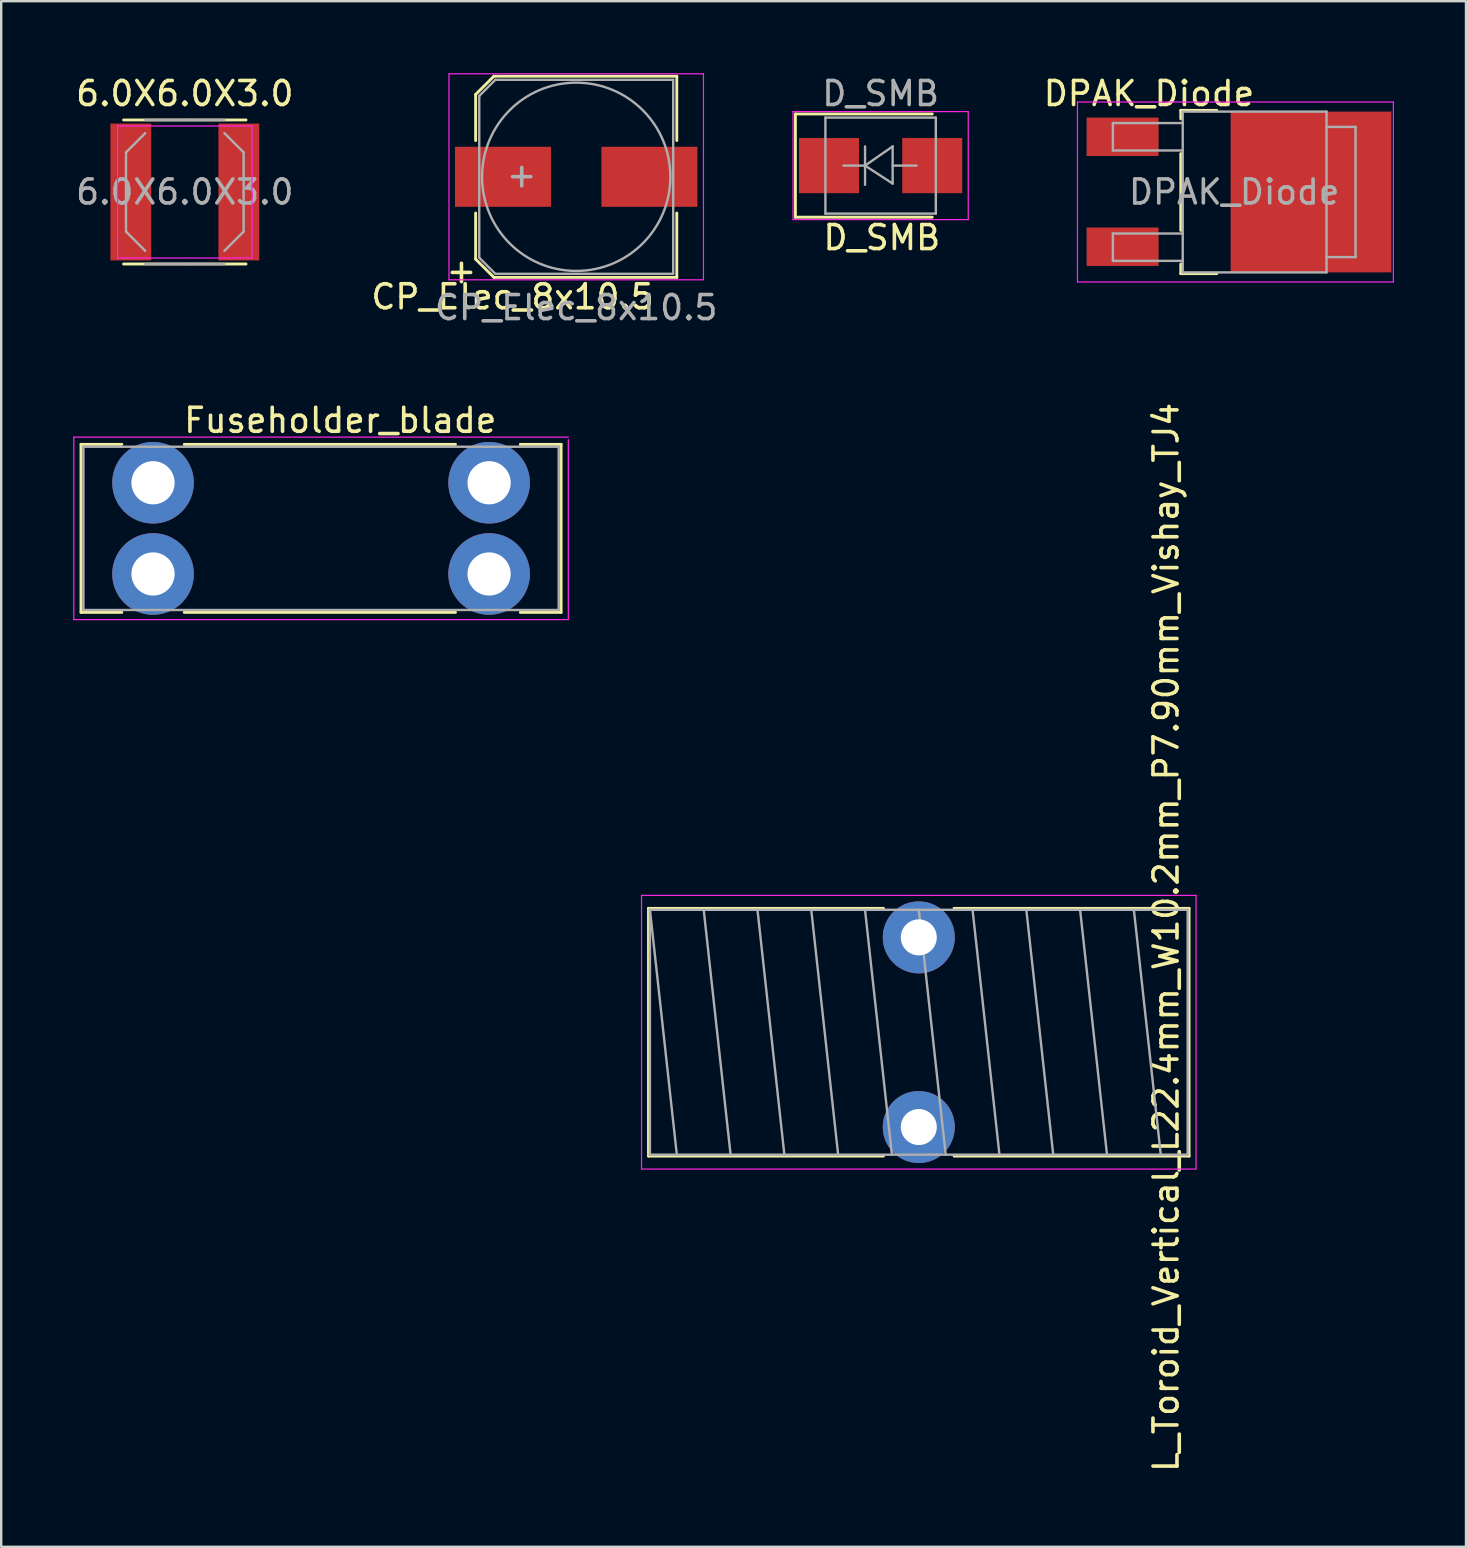
<source format=kicad_pcb>
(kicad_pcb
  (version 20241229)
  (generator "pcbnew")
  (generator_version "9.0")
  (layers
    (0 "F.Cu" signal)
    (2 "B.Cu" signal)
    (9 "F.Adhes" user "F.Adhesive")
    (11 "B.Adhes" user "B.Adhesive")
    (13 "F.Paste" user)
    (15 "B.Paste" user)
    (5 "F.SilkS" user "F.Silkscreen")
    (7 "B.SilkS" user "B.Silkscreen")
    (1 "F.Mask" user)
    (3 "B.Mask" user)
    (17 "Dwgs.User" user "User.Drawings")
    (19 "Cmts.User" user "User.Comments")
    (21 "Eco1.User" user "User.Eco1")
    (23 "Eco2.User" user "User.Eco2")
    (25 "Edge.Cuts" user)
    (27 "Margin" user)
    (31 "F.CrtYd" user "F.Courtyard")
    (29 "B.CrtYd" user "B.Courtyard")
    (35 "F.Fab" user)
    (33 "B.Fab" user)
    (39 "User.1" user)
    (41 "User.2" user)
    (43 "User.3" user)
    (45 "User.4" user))
  (footprint "L_Toroid_Vertical_L22.4mm_W10.2mm_P7.90mm_Vishay_TJ4"
    (layer "F.Cu")
    (at 35.225 36)
    (property "Reference" "L_Toroid_Vertical_L22.4mm_W10.2mm_P7.90mm_Vishay_TJ4" (at 10.3 0 90) (layer "F.SilkS") (effects (font (size 1 1) (thickness 0.15))))
    (attr through_hole)
    (fp_line (start -11.26 -1.21) (end -11.26 9.11) (stroke (width 0.12) (type solid)) (layer "F.SilkS"))
    (fp_line (start -11.26 -1.21) (end -1.47 -1.21) (stroke (width 0.12) (type solid)) (layer "F.SilkS"))
    (fp_line (start -11.26 9.11) (end -1.47 9.11) (stroke (width 0.12) (type solid)) (layer "F.SilkS"))
    (fp_line (start 1.47 -1.21) (end 11.26 -1.21) (stroke (width 0.12) (type solid)) (layer "F.SilkS"))
    (fp_line (start 1.47 9.11) (end 11.26 9.11) (stroke (width 0.12) (type solid)) (layer "F.SilkS"))
    (fp_line (start 11.26 -1.21) (end 11.26 9.11) (stroke (width 0.12) (type solid)) (layer "F.SilkS"))
    (fp_line (start -11.55 -1.75) (end -11.55 9.65) (stroke (width 0.05) (type solid)) (layer "F.CrtYd"))
    (fp_line (start -11.55 9.65) (end 11.55 9.65) (stroke (width 0.05) (type solid)) (layer "F.CrtYd"))
    (fp_line (start 11.55 -1.75) (end -11.55 -1.75) (stroke (width 0.05) (type solid)) (layer "F.CrtYd"))
    (fp_line (start 11.55 9.65) (end 11.55 -1.75) (stroke (width 0.05) (type solid)) (layer "F.CrtYd"))
    (fp_line (start -11.2 -1.15) (end -11.2 9.05) (stroke (width 0.1) (type solid)) (layer "F.Fab"))
    (fp_line (start -11.2 -1.15) (end -10.08 9.05) (stroke (width 0.1) (type solid)) (layer "F.Fab"))
    (fp_line (start -11.2 9.05) (end 11.2 9.05) (stroke (width 0.1) (type solid)) (layer "F.Fab"))
    (fp_line (start -8.96 -1.15) (end -7.84 9.05) (stroke (width 0.1) (type solid)) (layer "F.Fab"))
    (fp_line (start -6.72 -1.15) (end -5.6 9.05) (stroke (width 0.1) (type solid)) (layer "F.Fab"))
    (fp_line (start -4.48 -1.15) (end -3.36 9.05) (stroke (width 0.1) (type solid)) (layer "F.Fab"))
    (fp_line (start -2.24 -1.15) (end -1.12 9.05) (stroke (width 0.1) (type solid)) (layer "F.Fab"))
    (fp_line (start 0 -1.15) (end 1.12 9.05) (stroke (width 0.1) (type solid)) (layer "F.Fab"))
    (fp_line (start 2.24 -1.15) (end 3.36 9.05) (stroke (width 0.1) (type solid)) (layer "F.Fab"))
    (fp_line (start 4.48 -1.15) (end 5.6 9.05) (stroke (width 0.1) (type solid)) (layer "F.Fab"))
    (fp_line (start 6.72 -1.15) (end 7.84 9.05) (stroke (width 0.1) (type solid)) (layer "F.Fab"))
    (fp_line (start 8.96 -1.15) (end 10.08 9.05) (stroke (width 0.1) (type solid)) (layer "F.Fab"))
    (fp_line (start 11.2 -1.15) (end -11.2 -1.15) (stroke (width 0.1) (type solid)) (layer "F.Fab"))
    (fp_line (start 11.2 9.05) (end 11.2 -1.15) (stroke (width 0.1) (type solid)) (layer "F.Fab"))
    (pad "1" thru_hole circle (at 0 0) (size 3 3) (drill 1.5) (layers "*.Cu" "*.Mask"))
    (pad "2" thru_hole circle (at 0 7.9) (size 3 3) (drill 1.5) (layers "*.Cu" "*.Mask")))
  (footprint "Fuseholder_blade"
    (layer "F.Cu")
    (at 3.325 17.061)
    (property "Reference" "Fuseholder_blade" (at 7.8 -2.6 0) (layer "F.SilkS") (effects (font (size 1 1) (thickness 0.15))))
    (attr through_hole)
    (fp_line (start -3 -1.6) (end -3 5.4) (stroke (width 0.12) (type solid)) (layer "F.SilkS"))
    (fp_line (start -1.3 -1.6) (end -3 -1.6) (stroke (width 0.12) (type solid)) (layer "F.SilkS"))
    (fp_line (start -1.3 5.4) (end -3 5.4) (stroke (width 0.12) (type solid)) (layer "F.SilkS"))
    (fp_line (start 1.3 -1.6) (end 12.6 -1.6) (stroke (width 0.12) (type solid)) (layer "F.SilkS"))
    (fp_line (start 1.3 5.4) (end 12.6 5.4) (stroke (width 0.12) (type solid)) (layer "F.SilkS"))
    (fp_line (start 15.3 5.4) (end 17 5.4) (stroke (width 0.12) (type solid)) (layer "F.SilkS"))
    (fp_line (start 17 -1.6) (end 15.3 -1.6) (stroke (width 0.12) (type solid)) (layer "F.SilkS"))
    (fp_line (start 17 -1.6) (end 17 5.4) (stroke (width 0.12) (type solid)) (layer "F.SilkS"))
    (fp_line (start -3.3 -1.9) (end -3.3 5.7) (stroke (width 0.05) (type solid)) (layer "F.CrtYd"))
    (fp_line (start -3.3 -1.9) (end 17.3 -1.9) (stroke (width 0.05) (type solid)) (layer "F.CrtYd"))
    (fp_line (start 17.3 5.7) (end -3.3 5.7) (stroke (width 0.05) (type solid)) (layer "F.CrtYd"))
    (fp_line (start 17.3 5.7) (end 17.3 -1.8) (stroke (width 0.05) (type solid)) (layer "F.CrtYd"))
    (fp_line (start -2.9 -1.5) (end 16.9 -1.5) (stroke (width 0.1) (type solid)) (layer "F.Fab"))
    (fp_line (start -2.9 5.3) (end -2.9 -1.5) (stroke (width 0.1) (type solid)) (layer "F.Fab"))
    (fp_line (start 16.9 5.3) (end -2.9 5.3) (stroke (width 0.1) (type solid)) (layer "F.Fab"))
    (fp_line (start 16.9 5.3) (end 16.9 -1.5) (stroke (width 0.1) (type solid)) (layer "F.Fab"))
    (pad "1" thru_hole circle (at 0 0) (size 3.4 3.4) (drill 1.8) (layers "*.Cu" "*.Mask"))
    (pad "1" thru_hole circle (at 0 3.8) (size 3.4 3.4) (drill 1.8) (layers "*.Cu" "*.Mask"))
    (pad "2" thru_hole circle (at 14 0) (size 3.4 3.4) (drill 1.8) (layers "*.Cu" "*.Mask"))
    (pad "2" thru_hole circle (at 14 3.8) (size 3.4 3.4) (drill 1.8) (layers "*.Cu" "*.Mask")))
  (footprint "CP_Elec_8x10.5"
    (layer "F.Cu")
    (at 20.954 4.315)
    (property "Reference" "CP_Elec_8x10.5" (at -2.65 5 0) (layer "F.SilkS") (effects (font (size 1 1) (thickness 0.15))))
    (attr smd)
    (fp_line (start -4.19 -3.43) (end -4.19 -1.51) (stroke (width 0.12) (type solid)) (layer "F.SilkS"))
    (fp_line (start -4.19 -3.43) (end -3.43 -4.19) (stroke (width 0.12) (type solid)) (layer "F.SilkS"))
    (fp_line (start -4.19 3.43) (end -4.19 1.51) (stroke (width 0.12) (type solid)) (layer "F.SilkS"))
    (fp_line (start -3.43 -4.19) (end 4.19 -4.19) (stroke (width 0.12) (type solid)) (layer "F.SilkS"))
    (fp_line (start -3.43 4.19) (end -4.19 3.43) (stroke (width 0.12) (type solid)) (layer "F.SilkS"))
    (fp_line (start 4.19 -4.19) (end 4.19 -1.51) (stroke (width 0.12) (type solid)) (layer "F.SilkS"))
    (fp_line (start 4.19 4.19) (end -3.43 4.19) (stroke (width 0.12) (type solid)) (layer "F.SilkS"))
    (fp_line (start 4.19 4.19) (end 4.19 1.51) (stroke (width 0.12) (type solid)) (layer "F.SilkS"))
    (fp_line (start -5.3 -4.29) (end -5.3 4.29) (stroke (width 0.05) (type solid)) (layer "F.CrtYd"))
    (fp_line (start -5.3 -4.29) (end 5.3 -4.29) (stroke (width 0.05) (type solid)) (layer "F.CrtYd"))
    (fp_line (start 5.3 4.29) (end -5.3 4.29) (stroke (width 0.05) (type solid)) (layer "F.CrtYd"))
    (fp_line (start 5.3 4.29) (end 5.3 -4.29) (stroke (width 0.05) (type solid)) (layer "F.CrtYd"))
    (fp_line (start -4.04 -3.37) (end -4.04 3.37) (stroke (width 0.1) (type solid)) (layer "F.Fab"))
    (fp_line (start -4.04 3.37) (end -3.37 4.04) (stroke (width 0.1) (type solid)) (layer "F.Fab"))
    (fp_line (start -3.37 -4.04) (end -4.04 -3.37) (stroke (width 0.1) (type solid)) (layer "F.Fab"))
    (fp_line (start -3.37 4.04) (end 4.04 4.04) (stroke (width 0.1) (type solid)) (layer "F.Fab"))
    (fp_line (start 4.04 -4.04) (end -3.37 -4.04) (stroke (width 0.1) (type solid)) (layer "F.Fab"))
    (fp_line (start 4.04 4.04) (end 4.04 -4.04) (stroke (width 0.1) (type solid)) (layer "F.Fab"))
    (fp_circle (center 0 0) (end 1.3 3.7) (stroke (width 0.1) (type solid)) (fill no) (layer "F.Fab"))
    (fp_text user "+" (at -4.78 3.91 0) (layer "F.SilkS") (effects (font (size 1 1) (thickness 0.15))))
    (fp_text user "+" (at -2.27 -0.08 0) (layer "F.Fab") (effects (font (size 1 1) (thickness 0.15))))
    (fp_text user "${REFERENCE}" (at 0 5.45 0) (layer "F.Fab") (effects (font (size 1 1) (thickness 0.15))))
    (pad "1" smd rect (at -3.05 0 180) (size 4 2.5) (layers "F.Cu" "F.Mask" "F.Paste"))
    (pad "2" smd rect (at 3.05 0 180) (size 4 2.5) (layers "F.Cu" "F.Mask" "F.Paste")))
  (footprint "D_SMB"
    (layer "F.Cu")
    (at 33.635 3.848)
    (property "Reference" "D_SMB" (at 0.05 3 180) (layer "F.SilkS") (effects (font (size 1 1) (thickness 0.15))))
    (attr smd)
    (fp_line (start -3.55 -2.15) (end -3.55 2.15) (stroke (width 0.12) (type solid)) (layer "F.SilkS"))
    (fp_line (start -3.55 -2.15) (end 2.15 -2.15) (stroke (width 0.12) (type solid)) (layer "F.SilkS"))
    (fp_line (start -3.55 2.15) (end 2.15 2.15) (stroke (width 0.12) (type solid)) (layer "F.SilkS"))
    (fp_line (start -3.65 -2.25) (end 3.65 -2.25) (stroke (width 0.05) (type solid)) (layer "F.CrtYd"))
    (fp_line (start -3.65 2.25) (end -3.65 -2.25) (stroke (width 0.05) (type solid)) (layer "F.CrtYd"))
    (fp_line (start 3.65 -2.25) (end 3.65 2.25) (stroke (width 0.05) (type solid)) (layer "F.CrtYd"))
    (fp_line (start 3.65 2.25) (end -3.65 2.25) (stroke (width 0.05) (type solid)) (layer "F.CrtYd"))
    (fp_line (start -2.3 2) (end -2.3 -2) (stroke (width 0.1) (type solid)) (layer "F.Fab"))
    (fp_line (start -0.649 -0.799) (end -0.649 0.801) (stroke (width 0.1) (type solid)) (layer "F.Fab"))
    (fp_line (start -0.649 0.001) (end -1.551 0.001) (stroke (width 0.1) (type solid)) (layer "F.Fab"))
    (fp_line (start -0.649 0.001) (end 0.501 -0.799) (stroke (width 0.1) (type solid)) (layer "F.Fab"))
    (fp_line (start -0.649 0.001) (end 0.501 0.75) (stroke (width 0.1) (type solid)) (layer "F.Fab"))
    (fp_line (start 0.501 0.001) (end 1.499 0.001) (stroke (width 0.1) (type solid)) (layer "F.Fab"))
    (fp_line (start 0.501 0.75) (end 0.501 -0.799) (stroke (width 0.1) (type solid)) (layer "F.Fab"))
    (fp_line (start 2.3 -2) (end -2.3 -2) (stroke (width 0.1) (type solid)) (layer "F.Fab"))
    (fp_line (start 2.3 -2) (end 2.3 2) (stroke (width 0.1) (type solid)) (layer "F.Fab"))
    (fp_line (start 2.3 2) (end -2.3 2) (stroke (width 0.1) (type solid)) (layer "F.Fab"))
    (fp_text user "${REFERENCE}" (at 0 -3 0) (layer "F.Fab") (effects (font (size 1 1) (thickness 0.15))))
    (pad "1" smd rect (at -2.15 0) (size 2.5 2.3) (layers "F.Cu" "F.Mask" "F.Paste"))
    (pad "2" smd rect (at 2.15 0) (size 2.5 2.3) (layers "F.Cu" "F.Mask" "F.Paste")))
  (footprint "DPAK_Diode"
    (layer "F.Cu")
    (at 48.415 4.948)
    (property "Reference" "DPAK_Diode" (at -3.6 -4.1 0) (layer "F.SilkS") (effects (font (size 1 1) (thickness 0.15))))
    (attr smd)
    (fp_line (start -2.275 -3.4) (end -0.775 -3.4) (stroke (width 0.12) (type solid)) (layer "F.SilkS"))
    (fp_line (start -2.275 -3.05) (end -2.275 -3.4) (stroke (width 0.12) (type solid)) (layer "F.SilkS"))
    (fp_line (start -2.275 1.6) (end -2.275 -1.6) (stroke (width 0.12) (type solid)) (layer "F.SilkS"))
    (fp_line (start -2.275 3.4) (end -2.275 3) (stroke (width 0.12) (type solid)) (layer "F.SilkS"))
    (fp_line (start -0.775 3.4) (end -2.275 3.4) (stroke (width 0.12) (type solid)) (layer "F.SilkS"))
    (fp_line (start -6.58 3.75) (end -6.58 -3.75) (stroke (width 0.05) (type solid)) (layer "F.CrtYd"))
    (fp_line (start -6.58 3.75) (end 6.58 3.75) (stroke (width 0.05) (type solid)) (layer "F.CrtYd"))
    (fp_line (start 6.58 -3.75) (end -6.58 -3.75) (stroke (width 0.05) (type solid)) (layer "F.CrtYd"))
    (fp_line (start 6.58 -3.75) (end 6.58 3.75) (stroke (width 0.05) (type solid)) (layer "F.CrtYd"))
    (fp_line (start -5.105 -2.87) (end -5.105 -1.73) (stroke (width 0.1) (type solid)) (layer "F.Fab"))
    (fp_line (start -5.105 -1.73) (end -2.195 -1.73) (stroke (width 0.1) (type solid)) (layer "F.Fab"))
    (fp_line (start -5.105 1.73) (end -5.105 2.87) (stroke (width 0.1) (type solid)) (layer "F.Fab"))
    (fp_line (start -5.105 2.87) (end -2.195 2.87) (stroke (width 0.1) (type solid)) (layer "F.Fab"))
    (fp_line (start -2.195 -2.87) (end -5.105 -2.87) (stroke (width 0.1) (type solid)) (layer "F.Fab"))
    (fp_line (start -2.195 1.73) (end -5.105 1.73) (stroke (width 0.1) (type solid)) (layer "F.Fab"))
    (fp_line (start -2.195 3.35) (end -2.195 -3.35) (stroke (width 0.1) (type solid)) (layer "F.Fab"))
    (fp_line (start -2.195 3.35) (end 3.795 3.35) (stroke (width 0.1) (type solid)) (layer "F.Fab"))
    (fp_line (start 3.795 -3.35) (end -2.195 -3.35) (stroke (width 0.1) (type solid)) (layer "F.Fab"))
    (fp_line (start 3.795 3.35) (end 3.795 -3.35) (stroke (width 0.1) (type solid)) (layer "F.Fab"))
    (fp_line (start 3.805 -2.71) (end 5.005 -2.71) (stroke (width 0.1) (type solid)) (layer "F.Fab"))
    (fp_line (start 5.005 -2.71) (end 5.005 2.71) (stroke (width 0.1) (type solid)) (layer "F.Fab"))
    (fp_line (start 5.005 2.71) (end 3.795 2.71) (stroke (width 0.1) (type solid)) (layer "F.Fab"))
    (fp_text user "${REFERENCE}" (at -0.05 0 0) (layer "F.Fab") (effects (font (size 1 1) (thickness 0.15))))
    (pad "1" smd rect (at 3.15 0 270) (size 6.7 6.7) (layers "F.Cu" "F.Mask" "F.Paste"))
    (pad "2" smd rect (at -4.7 -2.3 270) (size 1.6 3) (layers "F.Cu" "F.Mask" "F.Paste"))
    (pad "2" smd rect (at -4.7 2.28 270) (size 1.6 3) (layers "F.Cu" "F.Mask" "F.Paste")))
  (footprint "6.0X6.0X3.0"
    (layer "F.Cu")
    (at 4.649 4.948)
    (property "Reference" "6.0X6.0X3.0" (at 0 -4.1 0) (layer "F.SilkS") (effects (font (size 1 1) (thickness 0.15))))
    (attr smd)
    (fp_line (start -2.55 -3) (end 2.55 -3) (stroke (width 0.12) (type solid)) (layer "F.SilkS"))
    (fp_line (start -2.55 3) (end 2.55 3) (stroke (width 0.12) (type solid)) (layer "F.SilkS"))
    (fp_line (start -2.8 -2.75) (end -2.8 2.75) (stroke (width 0.05) (type solid)) (layer "F.CrtYd"))
    (fp_line (start -2.8 2.75) (end 2.8 2.75) (stroke (width 0.05) (type solid)) (layer "F.CrtYd"))
    (fp_line (start 2.8 -2.75) (end -2.8 -2.75) (stroke (width 0.05) (type solid)) (layer "F.CrtYd"))
    (fp_line (start 2.8 2.75) (end 2.8 -2.75) (stroke (width 0.05) (type solid)) (layer "F.CrtYd"))
    (fp_line (start -2.45 -1.65) (end -1.65 -2.45) (stroke (width 0.1) (type solid)) (layer "F.Fab"))
    (fp_line (start -2.45 0) (end -2.45 -1.65) (stroke (width 0.1) (type solid)) (layer "F.Fab"))
    (fp_line (start -2.45 0) (end -2.45 1.65) (stroke (width 0.1) (type solid)) (layer "F.Fab"))
    (fp_line (start -2.45 1.65) (end -1.65 2.45) (stroke (width 0.1) (type solid)) (layer "F.Fab"))
    (fp_line (start -1.65 -3) (end 0 -3) (stroke (width 0.1) (type solid)) (layer "F.Fab"))
    (fp_line (start -1.65 3) (end 0 3) (stroke (width 0.1) (type solid)) (layer "F.Fab"))
    (fp_line (start 1.65 -3) (end 0 -3) (stroke (width 0.1) (type solid)) (layer "F.Fab"))
    (fp_line (start 1.65 3) (end 0 3) (stroke (width 0.1) (type solid)) (layer "F.Fab"))
    (fp_line (start 2.45 -1.65) (end 1.65 -2.45) (stroke (width 0.1) (type solid)) (layer "F.Fab"))
    (fp_line (start 2.45 0) (end 2.45 -1.65) (stroke (width 0.1) (type solid)) (layer "F.Fab"))
    (fp_line (start 2.45 0) (end 2.45 1.65) (stroke (width 0.1) (type solid)) (layer "F.Fab"))
    (fp_line (start 2.45 1.65) (end 1.65 2.45) (stroke (width 0.1) (type solid)) (layer "F.Fab"))
    (fp_text user "${REFERENCE}" (at 0 0 0) (layer "F.Fab") (effects (font (size 1 1) (thickness 0.15))))
    (pad "1" smd rect (at -2.25 0) (size 1.7 5.7) (layers "F.Cu" "F.Mask" "F.Paste"))
    (pad "2" smd rect (at 2.25 0) (size 1.7 5.7) (layers "F.Cu" "F.Mask" "F.Paste")))
  (gr_rect
    (start -3 -3)
    (end 58.02 61.387)
    (stroke (width 0.1) (type default))
    (fill no)
    (layer "Edge.Cuts")))
</source>
